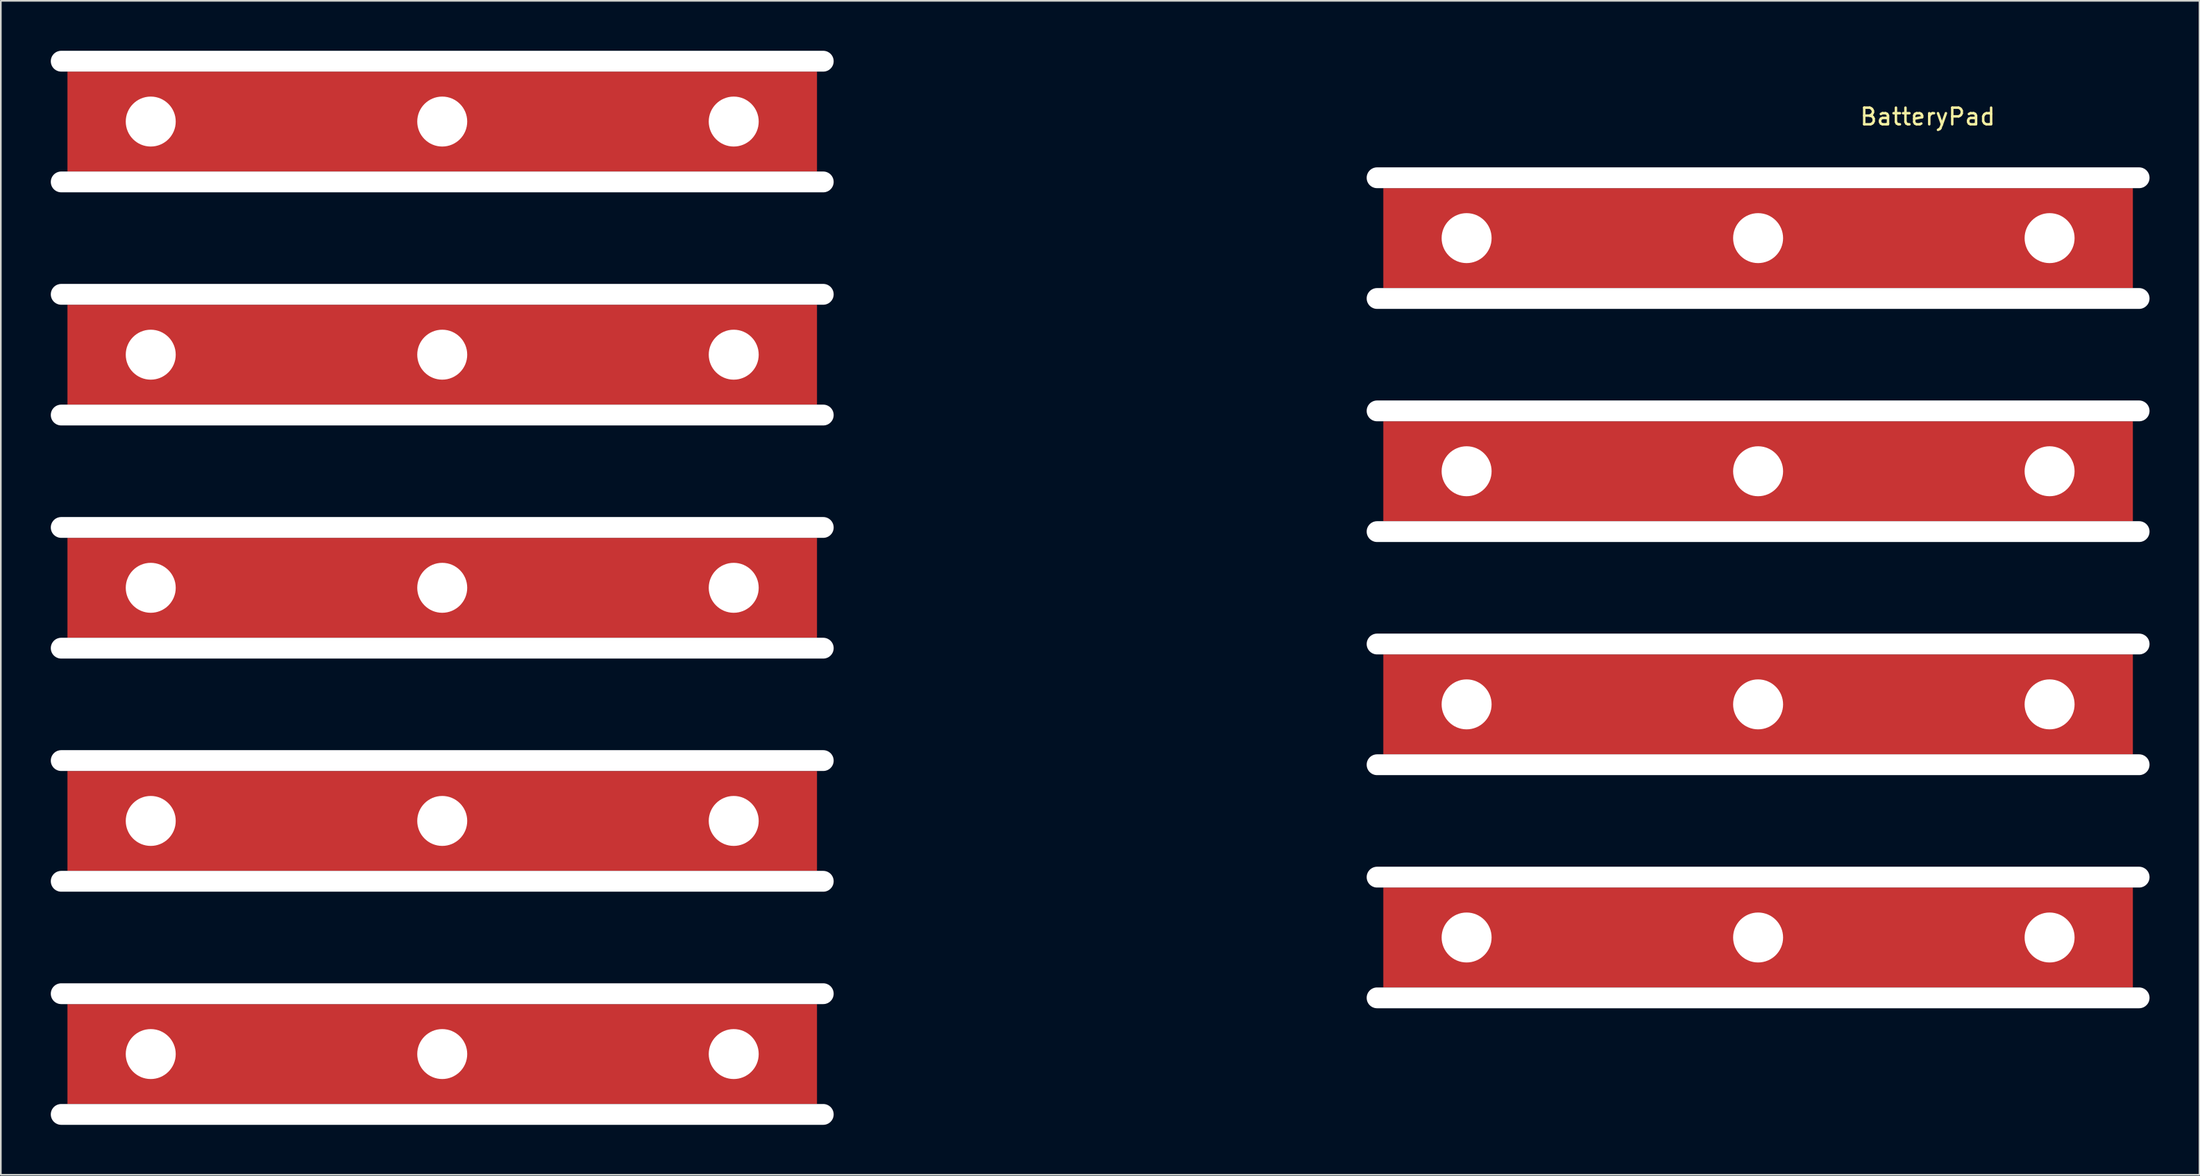
<source format=kicad_pcb>
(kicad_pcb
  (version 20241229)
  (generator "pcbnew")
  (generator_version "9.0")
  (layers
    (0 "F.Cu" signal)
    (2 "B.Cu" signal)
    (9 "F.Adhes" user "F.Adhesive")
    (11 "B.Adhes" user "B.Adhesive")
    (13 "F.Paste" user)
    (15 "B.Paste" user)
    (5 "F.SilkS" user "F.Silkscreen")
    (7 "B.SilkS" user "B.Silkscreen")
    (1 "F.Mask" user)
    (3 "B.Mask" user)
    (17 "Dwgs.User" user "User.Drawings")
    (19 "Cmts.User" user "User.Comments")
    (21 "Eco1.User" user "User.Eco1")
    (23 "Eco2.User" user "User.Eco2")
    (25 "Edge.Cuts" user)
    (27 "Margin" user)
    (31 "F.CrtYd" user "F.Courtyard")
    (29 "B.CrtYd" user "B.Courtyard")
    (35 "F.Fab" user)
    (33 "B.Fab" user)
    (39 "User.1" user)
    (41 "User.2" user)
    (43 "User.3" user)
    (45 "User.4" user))
  (footprint "BatteryPad"
    (layer "F.Cu")
    (at 23.5 46.25)
    (property "Reference" "BatteryPad" (at 89.18 -42.29 0) (layer "F.SilkS") (effects (font (size 1 1) (thickness 0.15))))
    (attr through_hole)
    (pad "" np_thru_hole circle (at -17.5 -42) (size 3 3) (drill 3) (layers "*.Cu"))
    (pad "" np_thru_hole circle (at -17.5 -28) (size 3 3) (drill 3) (layers "*.Cu"))
    (pad "" np_thru_hole circle (at -17.5 -14) (size 3 3) (drill 3) (layers "*.Cu"))
    (pad "" np_thru_hole circle (at -17.5 0) (size 3 3) (drill 3) (layers "*.Cu"))
    (pad "" np_thru_hole circle (at -17.5 14) (size 3 3) (drill 3) (layers "*.Cu"))
    (pad "" np_thru_hole oval (at 0 -45.625) (size 47 1.25) (drill oval 47 1.25) (layers "*.Cu"))
    (pad "" np_thru_hole circle (at 0 -42) (size 3 3) (drill 3) (layers "*.Cu"))
    (pad "" np_thru_hole oval (at 0 -38.375) (size 47 1.25) (drill oval 47 1.25) (layers "*.Cu"))
    (pad "" np_thru_hole oval (at 0 -31.625) (size 47 1.25) (drill oval 47 1.25) (layers "*.Cu"))
    (pad "" np_thru_hole circle (at 0 -28) (size 3 3) (drill 3) (layers "*.Cu"))
    (pad "" np_thru_hole oval (at 0 -24.375) (size 47 1.25) (drill oval 47 1.25) (layers "*.Cu"))
    (pad "" np_thru_hole oval (at 0 -17.625) (size 47 1.25) (drill oval 47 1.25) (layers "*.Cu"))
    (pad "" np_thru_hole circle (at 0 -14) (size 3 3) (drill 3) (layers "*.Cu"))
    (pad "" np_thru_hole oval (at 0 -10.375) (size 47 1.25) (drill oval 47 1.25) (layers "*.Cu"))
    (pad "" np_thru_hole oval (at 0 -3.625) (size 47 1.25) (drill oval 47 1.25) (layers "*.Cu"))
    (pad "" np_thru_hole circle (at 0 0) (size 3 3) (drill 3) (layers "*.Cu"))
    (pad "" np_thru_hole oval (at 0 3.625) (size 47 1.25) (drill oval 47 1.25) (layers "*.Cu"))
    (pad "" np_thru_hole oval (at 0 10.375) (size 47 1.25) (drill oval 47 1.25) (layers "*.Cu"))
    (pad "" np_thru_hole circle (at 0 14) (size 3 3) (drill 3) (layers "*.Cu"))
    (pad "" np_thru_hole oval (at 0 17.625) (size 47 1.25) (drill oval 47 1.25) (layers "*.Cu"))
    (pad "" np_thru_hole circle (at 17.5 -42) (size 3 3) (drill 3) (layers "*.Cu"))
    (pad "" np_thru_hole circle (at 17.5 -28) (size 3 3) (drill 3) (layers "*.Cu"))
    (pad "" np_thru_hole circle (at 17.5 -14) (size 3 3) (drill 3) (layers "*.Cu"))
    (pad "" np_thru_hole circle (at 17.5 0) (size 3 3) (drill 3) (layers "*.Cu"))
    (pad "" np_thru_hole circle (at 17.5 14) (size 3 3) (drill 3) (layers "*.Cu"))
    (pad "" np_thru_hole circle (at 61.5 -35) (size 3 3) (drill 3) (layers "*.Cu"))
    (pad "" np_thru_hole circle (at 61.5 -21) (size 3 3) (drill 3) (layers "*.Cu"))
    (pad "" np_thru_hole circle (at 61.5 -7) (size 3 3) (drill 3) (layers "*.Cu"))
    (pad "" np_thru_hole circle (at 61.5 7) (size 3 3) (drill 3) (layers "*.Cu"))
    (pad "" np_thru_hole oval (at 79 -38.625) (size 47 1.25) (drill oval 47 1.25) (layers "*.Cu"))
    (pad "" np_thru_hole circle (at 79 -35) (size 3 3) (drill 3) (layers "*.Cu"))
    (pad "" np_thru_hole oval (at 79 -31.375) (size 47 1.25) (drill oval 47 1.25) (layers "*.Cu"))
    (pad "" np_thru_hole oval (at 79 -24.625) (size 47 1.25) (drill oval 47 1.25) (layers "*.Cu"))
    (pad "" np_thru_hole circle (at 79 -21) (size 3 3) (drill 3) (layers "*.Cu"))
    (pad "" np_thru_hole oval (at 79 -17.375) (size 47 1.25) (drill oval 47 1.25) (layers "*.Cu"))
    (pad "" np_thru_hole oval (at 79 -10.625) (size 47 1.25) (drill oval 47 1.25) (layers "*.Cu"))
    (pad "" np_thru_hole circle (at 79 -7) (size 3 3) (drill 3) (layers "*.Cu"))
    (pad "" np_thru_hole oval (at 79 -3.375) (size 47 1.25) (drill oval 47 1.25) (layers "*.Cu"))
    (pad "" np_thru_hole oval (at 79 3.375) (size 47 1.25) (drill oval 47 1.25) (layers "*.Cu"))
    (pad "" np_thru_hole circle (at 79 7) (size 3 3) (drill 3) (layers "*.Cu"))
    (pad "" np_thru_hole oval (at 79 10.625) (size 47 1.25) (drill oval 47 1.25) (layers "*.Cu"))
    (pad "" np_thru_hole circle (at 96.5 -35) (size 3 3) (drill 3) (layers "*.Cu"))
    (pad "" np_thru_hole circle (at 96.5 -21) (size 3 3) (drill 3) (layers "*.Cu"))
    (pad "" np_thru_hole circle (at 96.5 -7) (size 3 3) (drill 3) (layers "*.Cu"))
    (pad "" np_thru_hole circle (at 96.5 7) (size 3 3) (drill 3) (layers "*.Cu"))
    (pad "1" smd rect (at 0 -42) (size 45 6) (layers "F.Cu"))
    (pad "1" smd rect (at 0 -28) (size 45 6) (layers "F.Cu"))
    (pad "1" smd rect (at 0 -14) (size 45 6) (layers "F.Cu"))
    (pad "1" smd rect (at 0 0) (size 45 6) (layers "F.Cu"))
    (pad "1" smd rect (at 0 14) (size 45 6) (layers "F.Cu"))
    (pad "1" smd rect (at 79 -35) (size 45 6) (layers "F.Cu"))
    (pad "1" smd rect (at 79 -21) (size 45 6) (layers "F.Cu"))
    (pad "1" smd rect (at 79 -7) (size 45 6) (layers "F.Cu"))
    (pad "1" smd rect (at 79 7) (size 45 6) (layers "F.Cu")))
  (gr_rect
    (start -3 -3)
    (end 129 67.5)
    (stroke (width 0.1) (type default))
    (fill no)
    (layer "Edge.Cuts")))
</source>
